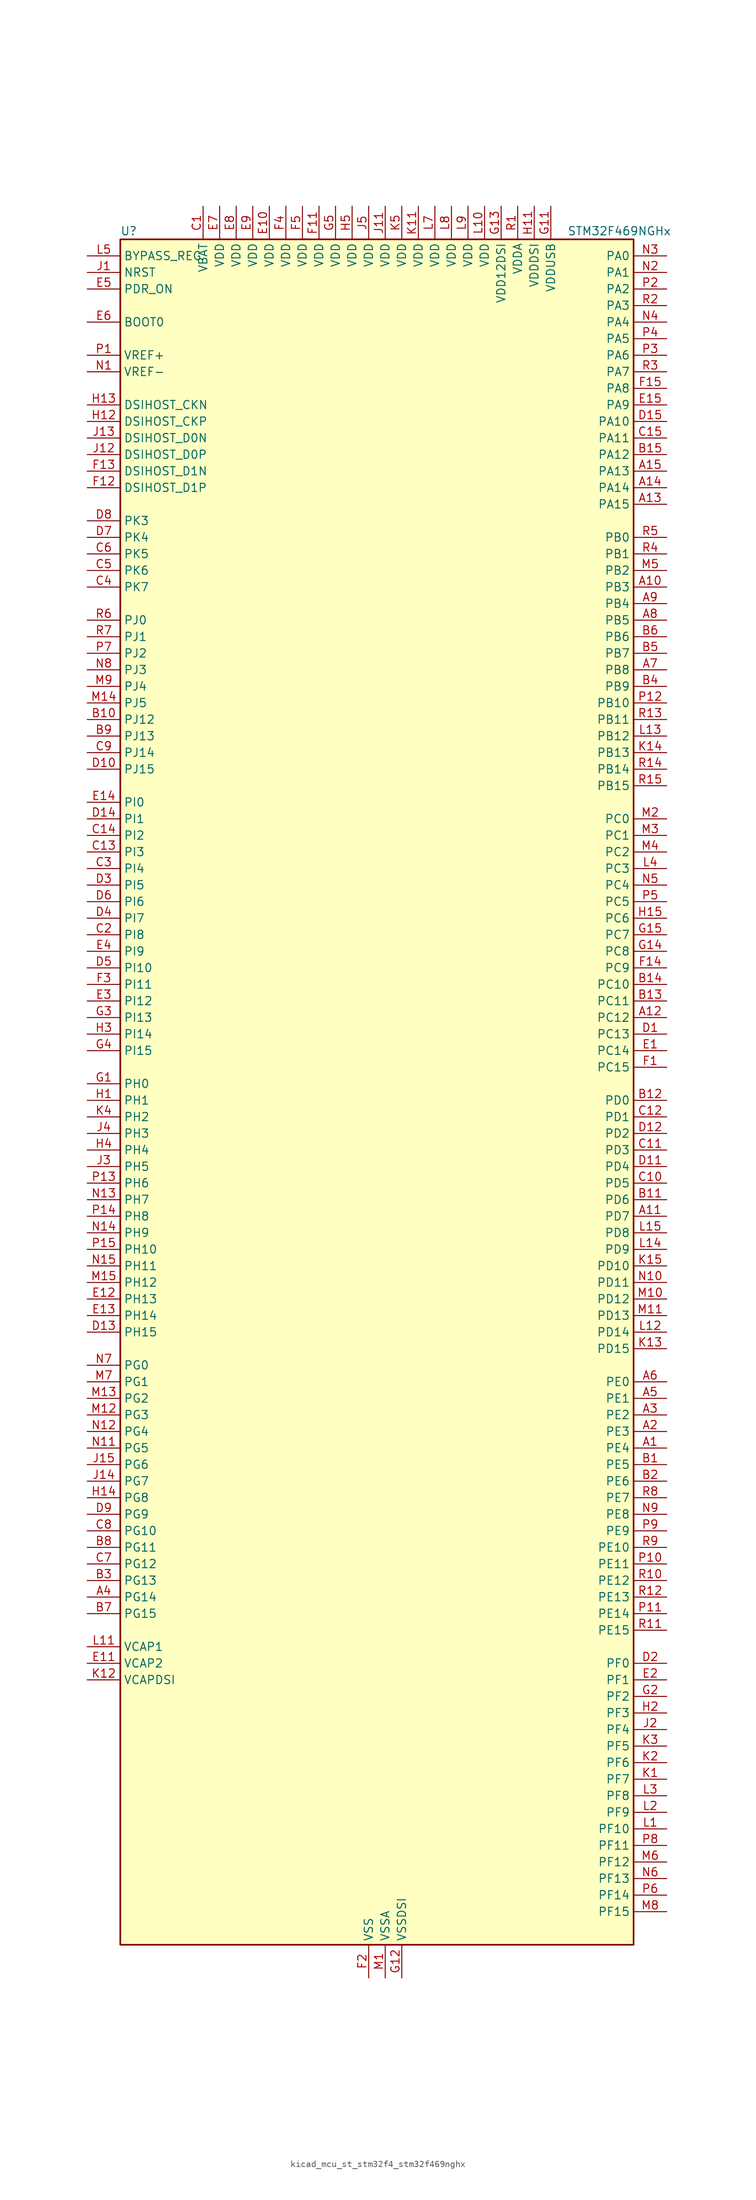
<source format=kicad_sym>
(kicad_symbol_lib
  (version 20220914)
  (generator kicad_symbol_editor)
  (symbol "kicad_mcu_st_stm32f4_stm32f469nghx"
    (property "Reference" "U"
      (at -38.1 133.35 0)
      (effects (font (size 1.27 1.27)) (justify left)))
    (property "Value" "STM32F469NGHx"
      (at 30.48 133.35 0)
      (effects (font (size 1.27 1.27)) (justify left)))
    (property "ki_locked" ""
      (at 0 0 0)
      (effects (font (size 1.27 1.27))))
    (symbol "kicad_mcu_st_stm32f4_stm32f469nghx_0_1"
      (rectangle (start -38.1 -129.54) (end 40.64 132.08) (stroke (width 0.254) (type default)) (fill (type background))))
    (symbol "kicad_mcu_st_stm32f4_stm32f469nghx_1_1"
      (pin bidirectional line (at 45.72 -53.34 180) (length 5.08) (name "PE4" (effects (font (size 1.27 1.27)))) (number "A1" (effects (font (size 1.27 1.27)))) (alternate "DCMI_D4" bidirectional line) (alternate "FMC_A20" bidirectional line) (alternate "LTDC_B0" bidirectional line) (alternate "SAI1_FS_A" bidirectional line) (alternate "SPI4_NSS" bidirectional line) (alternate "SYS_TRACED1" bidirectional line))
      (pin bidirectional line (at 45.72 78.74 180) (length 5.08) (name "PB3" (effects (font (size 1.27 1.27)))) (number "A10" (effects (font (size 1.27 1.27)))) (alternate "I2S3_CK" bidirectional line) (alternate "SPI1_SCK" bidirectional line) (alternate "SPI3_SCK" bidirectional line) (alternate "SYS_JTDO-SWO" bidirectional line) (alternate "TIM2_CH2" bidirectional line))
      (pin bidirectional line (at 45.72 -17.78 180) (length 5.08) (name "PD7" (effects (font (size 1.27 1.27)))) (number "A11" (effects (font (size 1.27 1.27)))) (alternate "FMC_NE1" bidirectional line) (alternate "USART2_CK" bidirectional line))
      (pin bidirectional line (at 45.72 12.7 180) (length 5.08) (name "PC12" (effects (font (size 1.27 1.27)))) (number "A12" (effects (font (size 1.27 1.27)))) (alternate "DCMI_D9" bidirectional line) (alternate "I2S3_SD" bidirectional line) (alternate "SDIO_CK" bidirectional line) (alternate "SPI3_MOSI" bidirectional line) (alternate "SYS_TRACED3" bidirectional line) (alternate "UART5_TX" bidirectional line) (alternate "USART3_CK" bidirectional line))
      (pin bidirectional line (at 45.72 91.44 180) (length 5.08) (name "PA15" (effects (font (size 1.27 1.27)))) (number "A13" (effects (font (size 1.27 1.27)))) (alternate "ADC1_EXTI15" bidirectional line) (alternate "ADC2_EXTI15" bidirectional line) (alternate "ADC3_EXTI15" bidirectional line) (alternate "I2S3_WS" bidirectional line) (alternate "SPI1_NSS" bidirectional line) (alternate "SPI3_NSS" bidirectional line) (alternate "SYS_JTDI" bidirectional line) (alternate "TIM2_CH1" bidirectional line) (alternate "TIM2_ETR" bidirectional line))
      (pin bidirectional line (at 45.72 93.98 180) (length 5.08) (name "PA14" (effects (font (size 1.27 1.27)))) (number "A14" (effects (font (size 1.27 1.27)))) (alternate "SYS_JTCK-SWCLK" bidirectional line))
      (pin bidirectional line (at 45.72 96.52 180) (length 5.08) (name "PA13" (effects (font (size 1.27 1.27)))) (number "A15" (effects (font (size 1.27 1.27)))) (alternate "SYS_JTMS-SWDIO" bidirectional line))
      (pin bidirectional line (at 45.72 -50.8 180) (length 5.08) (name "PE3" (effects (font (size 1.27 1.27)))) (number "A2" (effects (font (size 1.27 1.27)))) (alternate "FMC_A19" bidirectional line) (alternate "SAI1_SD_B" bidirectional line) (alternate "SYS_TRACED0" bidirectional line))
      (pin bidirectional line (at 45.72 -48.26 180) (length 5.08) (name "PE2" (effects (font (size 1.27 1.27)))) (number "A3" (effects (font (size 1.27 1.27)))) (alternate "ETH_TXD3" bidirectional line) (alternate "FMC_A23" bidirectional line) (alternate "QUADSPI_BK1_IO2" bidirectional line) (alternate "SAI1_MCLK_A" bidirectional line) (alternate "SPI4_SCK" bidirectional line) (alternate "SYS_TRACECLK" bidirectional line))
      (pin bidirectional line (at -43.18 -76.2 0) (length 5.08) (name "PG14" (effects (font (size 1.27 1.27)))) (number "A4" (effects (font (size 1.27 1.27)))) (alternate "ETH_TXD1" bidirectional line) (alternate "FMC_A25" bidirectional line) (alternate "LTDC_B0" bidirectional line) (alternate "QUADSPI_BK2_IO3" bidirectional line) (alternate "SPI6_MOSI" bidirectional line) (alternate "SYS_TRACED1" bidirectional line) (alternate "USART6_TX" bidirectional line))
      (pin bidirectional line (at 45.72 -45.72 180) (length 5.08) (name "PE1" (effects (font (size 1.27 1.27)))) (number "A5" (effects (font (size 1.27 1.27)))) (alternate "DCMI_D3" bidirectional line) (alternate "FMC_NBL1" bidirectional line) (alternate "UART8_TX" bidirectional line))
      (pin bidirectional line (at 45.72 -43.18 180) (length 5.08) (name "PE0" (effects (font (size 1.27 1.27)))) (number "A6" (effects (font (size 1.27 1.27)))) (alternate "DCMI_D2" bidirectional line) (alternate "FMC_NBL0" bidirectional line) (alternate "TIM4_ETR" bidirectional line) (alternate "UART8_RX" bidirectional line))
      (pin bidirectional line (at 45.72 66.04 180) (length 5.08) (name "PB8" (effects (font (size 1.27 1.27)))) (number "A7" (effects (font (size 1.27 1.27)))) (alternate "CAN1_RX" bidirectional line) (alternate "DCMI_D6" bidirectional line) (alternate "ETH_TXD3" bidirectional line) (alternate "I2C1_SCL" bidirectional line) (alternate "LTDC_B6" bidirectional line) (alternate "SDIO_D4" bidirectional line) (alternate "TIM10_CH1" bidirectional line) (alternate "TIM4_CH3" bidirectional line))
      (pin bidirectional line (at 45.72 73.66 180) (length 5.08) (name "PB5" (effects (font (size 1.27 1.27)))) (number "A8" (effects (font (size 1.27 1.27)))) (alternate "CAN2_RX" bidirectional line) (alternate "DCMI_D10" bidirectional line) (alternate "ETH_PPS_OUT" bidirectional line) (alternate "FMC_SDCKE1" bidirectional line) (alternate "I2C1_SMBA" bidirectional line) (alternate "I2S3_SD" bidirectional line) (alternate "LTDC_G7" bidirectional line) (alternate "SPI1_MOSI" bidirectional line) (alternate "SPI3_MOSI" bidirectional line) (alternate "TIM3_CH2" bidirectional line) (alternate "USB_OTG_HS_ULPI_D7" bidirectional line))
      (pin bidirectional line (at 45.72 76.2 180) (length 5.08) (name "PB4" (effects (font (size 1.27 1.27)))) (number "A9" (effects (font (size 1.27 1.27)))) (alternate "I2S3_ext_SD" bidirectional line) (alternate "SPI1_MISO" bidirectional line) (alternate "SPI3_MISO" bidirectional line) (alternate "SYS_JTRST" bidirectional line) (alternate "TIM3_CH1" bidirectional line))
      (pin bidirectional line (at 45.72 -55.88 180) (length 5.08) (name "PE5" (effects (font (size 1.27 1.27)))) (number "B1" (effects (font (size 1.27 1.27)))) (alternate "DCMI_D6" bidirectional line) (alternate "FMC_A21" bidirectional line) (alternate "LTDC_G0" bidirectional line) (alternate "SAI1_SCK_A" bidirectional line) (alternate "SPI4_MISO" bidirectional line) (alternate "SYS_TRACED2" bidirectional line) (alternate "TIM9_CH1" bidirectional line))
      (pin bidirectional line (at -43.18 58.42 0) (length 5.08) (name "PJ12" (effects (font (size 1.27 1.27)))) (number "B10" (effects (font (size 1.27 1.27)))) (alternate "LTDC_B0" bidirectional line) (alternate "LTDC_G3" bidirectional line))
      (pin bidirectional line (at 45.72 -15.24 180) (length 5.08) (name "PD6" (effects (font (size 1.27 1.27)))) (number "B11" (effects (font (size 1.27 1.27)))) (alternate "DCMI_D10" bidirectional line) (alternate "FMC_NWAIT" bidirectional line) (alternate "I2S3_SD" bidirectional line) (alternate "LTDC_B2" bidirectional line) (alternate "SAI1_SD_A" bidirectional line) (alternate "SPI3_MOSI" bidirectional line) (alternate "USART2_RX" bidirectional line))
      (pin bidirectional line (at 45.72 0 180) (length 5.08) (name "PD0" (effects (font (size 1.27 1.27)))) (number "B12" (effects (font (size 1.27 1.27)))) (alternate "CAN1_RX" bidirectional line) (alternate "FMC_D2" bidirectional line) (alternate "FMC_DA2" bidirectional line))
      (pin bidirectional line (at 45.72 15.24 180) (length 5.08) (name "PC11" (effects (font (size 1.27 1.27)))) (number "B13" (effects (font (size 1.27 1.27)))) (alternate "ADC1_EXTI11" bidirectional line) (alternate "ADC2_EXTI11" bidirectional line) (alternate "ADC3_EXTI11" bidirectional line) (alternate "DCMI_D4" bidirectional line) (alternate "I2S3_ext_SD" bidirectional line) (alternate "QUADSPI_BK2_NCS" bidirectional line) (alternate "SDIO_D3" bidirectional line) (alternate "SPI3_MISO" bidirectional line) (alternate "UART4_RX" bidirectional line) (alternate "USART3_RX" bidirectional line))
      (pin bidirectional line (at 45.72 17.78 180) (length 5.08) (name "PC10" (effects (font (size 1.27 1.27)))) (number "B14" (effects (font (size 1.27 1.27)))) (alternate "DCMI_D8" bidirectional line) (alternate "I2S3_CK" bidirectional line) (alternate "LTDC_R2" bidirectional line) (alternate "QUADSPI_BK1_IO1" bidirectional line) (alternate "SDIO_D2" bidirectional line) (alternate "SPI3_SCK" bidirectional line) (alternate "UART4_TX" bidirectional line) (alternate "USART3_TX" bidirectional line))
      (pin bidirectional line (at 45.72 99.06 180) (length 5.08) (name "PA12" (effects (font (size 1.27 1.27)))) (number "B15" (effects (font (size 1.27 1.27)))) (alternate "CAN1_TX" bidirectional line) (alternate "LTDC_R5" bidirectional line) (alternate "TIM1_ETR" bidirectional line) (alternate "USART1_RTS" bidirectional line) (alternate "USB_OTG_FS_DP" bidirectional line))
      (pin bidirectional line (at 45.72 -58.42 180) (length 5.08) (name "PE6" (effects (font (size 1.27 1.27)))) (number "B2" (effects (font (size 1.27 1.27)))) (alternate "DCMI_D7" bidirectional line) (alternate "FMC_A22" bidirectional line) (alternate "LTDC_G1" bidirectional line) (alternate "SAI1_SD_A" bidirectional line) (alternate "SPI4_MOSI" bidirectional line) (alternate "SYS_TRACED3" bidirectional line) (alternate "TIM9_CH2" bidirectional line))
      (pin bidirectional line (at -43.18 -73.66 0) (length 5.08) (name "PG13" (effects (font (size 1.27 1.27)))) (number "B3" (effects (font (size 1.27 1.27)))) (alternate "ETH_TXD0" bidirectional line) (alternate "FMC_A24" bidirectional line) (alternate "LTDC_R0" bidirectional line) (alternate "SPI6_SCK" bidirectional line) (alternate "SYS_TRACED0" bidirectional line) (alternate "USART6_CTS" bidirectional line))
      (pin bidirectional line (at 45.72 63.5 180) (length 5.08) (name "PB9" (effects (font (size 1.27 1.27)))) (number "B4" (effects (font (size 1.27 1.27)))) (alternate "CAN1_TX" bidirectional line) (alternate "DAC_EXTI9" bidirectional line) (alternate "DCMI_D7" bidirectional line) (alternate "I2C1_SDA" bidirectional line) (alternate "I2S2_WS" bidirectional line) (alternate "LTDC_B7" bidirectional line) (alternate "SDIO_D5" bidirectional line) (alternate "SPI2_NSS" bidirectional line) (alternate "TIM11_CH1" bidirectional line) (alternate "TIM4_CH4" bidirectional line))
      (pin bidirectional line (at 45.72 68.58 180) (length 5.08) (name "PB7" (effects (font (size 1.27 1.27)))) (number "B5" (effects (font (size 1.27 1.27)))) (alternate "DCMI_VSYNC" bidirectional line) (alternate "FMC_NL" bidirectional line) (alternate "I2C1_SDA" bidirectional line) (alternate "TIM4_CH2" bidirectional line) (alternate "USART1_RX" bidirectional line))
      (pin bidirectional line (at 45.72 71.12 180) (length 5.08) (name "PB6" (effects (font (size 1.27 1.27)))) (number "B6" (effects (font (size 1.27 1.27)))) (alternate "CAN2_TX" bidirectional line) (alternate "DCMI_D5" bidirectional line) (alternate "FMC_SDNE1" bidirectional line) (alternate "I2C1_SCL" bidirectional line) (alternate "QUADSPI_BK1_NCS" bidirectional line) (alternate "TIM4_CH1" bidirectional line) (alternate "USART1_TX" bidirectional line))
      (pin bidirectional line (at -43.18 -78.74 0) (length 5.08) (name "PG15" (effects (font (size 1.27 1.27)))) (number "B7" (effects (font (size 1.27 1.27)))) (alternate "ADC1_EXTI15" bidirectional line) (alternate "ADC2_EXTI15" bidirectional line) (alternate "ADC3_EXTI15" bidirectional line) (alternate "DCMI_D13" bidirectional line) (alternate "FMC_SDNCAS" bidirectional line) (alternate "USART6_CTS" bidirectional line))
      (pin bidirectional line (at -43.18 -68.58 0) (length 5.08) (name "PG11" (effects (font (size 1.27 1.27)))) (number "B8" (effects (font (size 1.27 1.27)))) (alternate "ADC1_EXTI11" bidirectional line) (alternate "ADC2_EXTI11" bidirectional line) (alternate "ADC3_EXTI11" bidirectional line) (alternate "DCMI_D3" bidirectional line) (alternate "ETH_TX_EN" bidirectional line) (alternate "LTDC_B3" bidirectional line))
      (pin bidirectional line (at -43.18 55.88 0) (length 5.08) (name "PJ13" (effects (font (size 1.27 1.27)))) (number "B9" (effects (font (size 1.27 1.27)))) (alternate "LTDC_B1" bidirectional line) (alternate "LTDC_G4" bidirectional line))
      (pin power_in line (at -25.4 137.16 270) (length 5.08) (name "VBAT" (effects (font (size 1.27 1.27)))) (number "C1" (effects (font (size 1.27 1.27)))))
      (pin bidirectional line (at 45.72 -12.7 180) (length 5.08) (name "PD5" (effects (font (size 1.27 1.27)))) (number "C10" (effects (font (size 1.27 1.27)))) (alternate "FMC_NWE" bidirectional line) (alternate "USART2_TX" bidirectional line))
      (pin bidirectional line (at 45.72 -7.62 180) (length 5.08) (name "PD3" (effects (font (size 1.27 1.27)))) (number "C11" (effects (font (size 1.27 1.27)))) (alternate "DCMI_D5" bidirectional line) (alternate "FMC_CLK" bidirectional line) (alternate "I2S2_CK" bidirectional line) (alternate "LTDC_G7" bidirectional line) (alternate "SPI2_SCK" bidirectional line) (alternate "USART2_CTS" bidirectional line))
      (pin bidirectional line (at 45.72 -2.54 180) (length 5.08) (name "PD1" (effects (font (size 1.27 1.27)))) (number "C12" (effects (font (size 1.27 1.27)))) (alternate "CAN1_TX" bidirectional line) (alternate "FMC_D3" bidirectional line) (alternate "FMC_DA3" bidirectional line))
      (pin bidirectional line (at -43.18 38.1 0) (length 5.08) (name "PI3" (effects (font (size 1.27 1.27)))) (number "C13" (effects (font (size 1.27 1.27)))) (alternate "DCMI_D10" bidirectional line) (alternate "FMC_D27" bidirectional line) (alternate "I2S2_SD" bidirectional line) (alternate "SPI2_MOSI" bidirectional line) (alternate "TIM8_ETR" bidirectional line))
      (pin bidirectional line (at -43.18 40.64 0) (length 5.08) (name "PI2" (effects (font (size 1.27 1.27)))) (number "C14" (effects (font (size 1.27 1.27)))) (alternate "DCMI_D9" bidirectional line) (alternate "FMC_D26" bidirectional line) (alternate "I2S2_ext_SD" bidirectional line) (alternate "LTDC_G7" bidirectional line) (alternate "SPI2_MISO" bidirectional line) (alternate "TIM8_CH4" bidirectional line))
      (pin bidirectional line (at 45.72 101.6 180) (length 5.08) (name "PA11" (effects (font (size 1.27 1.27)))) (number "C15" (effects (font (size 1.27 1.27)))) (alternate "ADC1_EXTI11" bidirectional line) (alternate "ADC2_EXTI11" bidirectional line) (alternate "ADC3_EXTI11" bidirectional line) (alternate "CAN1_RX" bidirectional line) (alternate "LTDC_R4" bidirectional line) (alternate "TIM1_CH4" bidirectional line) (alternate "USART1_CTS" bidirectional line) (alternate "USB_OTG_FS_DM" bidirectional line))
      (pin bidirectional line (at -43.18 25.4 0) (length 5.08) (name "PI8" (effects (font (size 1.27 1.27)))) (number "C2" (effects (font (size 1.27 1.27)))) (alternate "RTC_AF1" bidirectional line) (alternate "RTC_AF2" bidirectional line))
      (pin bidirectional line (at -43.18 35.56 0) (length 5.08) (name "PI4" (effects (font (size 1.27 1.27)))) (number "C3" (effects (font (size 1.27 1.27)))) (alternate "DCMI_D5" bidirectional line) (alternate "FMC_NBL2" bidirectional line) (alternate "LTDC_B4" bidirectional line) (alternate "TIM8_BKIN" bidirectional line))
      (pin bidirectional line (at -43.18 78.74 0) (length 5.08) (name "PK7" (effects (font (size 1.27 1.27)))) (number "C4" (effects (font (size 1.27 1.27)))) (alternate "LTDC_DE" bidirectional line))
      (pin bidirectional line (at -43.18 81.28 0) (length 5.08) (name "PK6" (effects (font (size 1.27 1.27)))) (number "C5" (effects (font (size 1.27 1.27)))) (alternate "LTDC_B7" bidirectional line))
      (pin bidirectional line (at -43.18 83.82 0) (length 5.08) (name "PK5" (effects (font (size 1.27 1.27)))) (number "C6" (effects (font (size 1.27 1.27)))) (alternate "LTDC_B6" bidirectional line))
      (pin bidirectional line (at -43.18 -71.12 0) (length 5.08) (name "PG12" (effects (font (size 1.27 1.27)))) (number "C7" (effects (font (size 1.27 1.27)))) (alternate "FMC_NE4" bidirectional line) (alternate "LTDC_B1" bidirectional line) (alternate "LTDC_B4" bidirectional line) (alternate "SPI6_MISO" bidirectional line) (alternate "USART6_RTS" bidirectional line))
      (pin bidirectional line (at -43.18 -66.04 0) (length 5.08) (name "PG10" (effects (font (size 1.27 1.27)))) (number "C8" (effects (font (size 1.27 1.27)))) (alternate "DCMI_D2" bidirectional line) (alternate "FMC_NE3" bidirectional line) (alternate "LTDC_B2" bidirectional line) (alternate "LTDC_G3" bidirectional line))
      (pin bidirectional line (at -43.18 53.34 0) (length 5.08) (name "PJ14" (effects (font (size 1.27 1.27)))) (number "C9" (effects (font (size 1.27 1.27)))) (alternate "LTDC_B2" bidirectional line))
      (pin bidirectional line (at 45.72 10.16 180) (length 5.08) (name "PC13" (effects (font (size 1.27 1.27)))) (number "D1" (effects (font (size 1.27 1.27)))) (alternate "RTC_AF1" bidirectional line))
      (pin bidirectional line (at -43.18 50.8 0) (length 5.08) (name "PJ15" (effects (font (size 1.27 1.27)))) (number "D10" (effects (font (size 1.27 1.27)))) (alternate "ADC1_EXTI15" bidirectional line) (alternate "ADC2_EXTI15" bidirectional line) (alternate "ADC3_EXTI15" bidirectional line) (alternate "LTDC_B3" bidirectional line))
      (pin bidirectional line (at 45.72 -10.16 180) (length 5.08) (name "PD4" (effects (font (size 1.27 1.27)))) (number "D11" (effects (font (size 1.27 1.27)))) (alternate "FMC_NOE" bidirectional line) (alternate "USART2_RTS" bidirectional line))
      (pin bidirectional line (at 45.72 -5.08 180) (length 5.08) (name "PD2" (effects (font (size 1.27 1.27)))) (number "D12" (effects (font (size 1.27 1.27)))) (alternate "DCMI_D11" bidirectional line) (alternate "SDIO_CMD" bidirectional line) (alternate "SYS_TRACED2" bidirectional line) (alternate "TIM3_ETR" bidirectional line) (alternate "UART5_RX" bidirectional line))
      (pin bidirectional line (at -43.18 -35.56 0) (length 5.08) (name "PH15" (effects (font (size 1.27 1.27)))) (number "D13" (effects (font (size 1.27 1.27)))) (alternate "ADC1_EXTI15" bidirectional line) (alternate "ADC2_EXTI15" bidirectional line) (alternate "ADC3_EXTI15" bidirectional line) (alternate "DCMI_D11" bidirectional line) (alternate "FMC_D23" bidirectional line) (alternate "LTDC_G4" bidirectional line) (alternate "TIM8_CH3N" bidirectional line))
      (pin bidirectional line (at -43.18 43.18 0) (length 5.08) (name "PI1" (effects (font (size 1.27 1.27)))) (number "D14" (effects (font (size 1.27 1.27)))) (alternate "DCMI_D8" bidirectional line) (alternate "FMC_D25" bidirectional line) (alternate "I2S2_CK" bidirectional line) (alternate "LTDC_G6" bidirectional line) (alternate "SPI2_SCK" bidirectional line))
      (pin bidirectional line (at 45.72 104.14 180) (length 5.08) (name "PA10" (effects (font (size 1.27 1.27)))) (number "D15" (effects (font (size 1.27 1.27)))) (alternate "DCMI_D1" bidirectional line) (alternate "TIM1_CH3" bidirectional line) (alternate "USART1_RX" bidirectional line) (alternate "USB_OTG_FS_ID" bidirectional line))
      (pin bidirectional line (at 45.72 -86.36 180) (length 5.08) (name "PF0" (effects (font (size 1.27 1.27)))) (number "D2" (effects (font (size 1.27 1.27)))) (alternate "FMC_A0" bidirectional line) (alternate "I2C2_SDA" bidirectional line))
      (pin bidirectional line (at -43.18 33.02 0) (length 5.08) (name "PI5" (effects (font (size 1.27 1.27)))) (number "D3" (effects (font (size 1.27 1.27)))) (alternate "DCMI_VSYNC" bidirectional line) (alternate "FMC_NBL3" bidirectional line) (alternate "LTDC_B5" bidirectional line) (alternate "TIM8_CH1" bidirectional line))
      (pin bidirectional line (at -43.18 27.94 0) (length 5.08) (name "PI7" (effects (font (size 1.27 1.27)))) (number "D4" (effects (font (size 1.27 1.27)))) (alternate "DCMI_D7" bidirectional line) (alternate "FMC_D29" bidirectional line) (alternate "LTDC_B7" bidirectional line) (alternate "TIM8_CH3" bidirectional line))
      (pin bidirectional line (at -43.18 20.32 0) (length 5.08) (name "PI10" (effects (font (size 1.27 1.27)))) (number "D5" (effects (font (size 1.27 1.27)))) (alternate "ETH_RX_ER" bidirectional line) (alternate "FMC_D31" bidirectional line) (alternate "LTDC_HSYNC" bidirectional line))
      (pin bidirectional line (at -43.18 30.48 0) (length 5.08) (name "PI6" (effects (font (size 1.27 1.27)))) (number "D6" (effects (font (size 1.27 1.27)))) (alternate "DCMI_D6" bidirectional line) (alternate "FMC_D28" bidirectional line) (alternate "LTDC_B6" bidirectional line) (alternate "TIM8_CH2" bidirectional line))
      (pin bidirectional line (at -43.18 86.36 0) (length 5.08) (name "PK4" (effects (font (size 1.27 1.27)))) (number "D7" (effects (font (size 1.27 1.27)))) (alternate "LTDC_B5" bidirectional line))
      (pin bidirectional line (at -43.18 88.9 0) (length 5.08) (name "PK3" (effects (font (size 1.27 1.27)))) (number "D8" (effects (font (size 1.27 1.27)))) (alternate "LTDC_B4" bidirectional line))
      (pin bidirectional line (at -43.18 -63.5 0) (length 5.08) (name "PG9" (effects (font (size 1.27 1.27)))) (number "D9" (effects (font (size 1.27 1.27)))) (alternate "DAC_EXTI9" bidirectional line) (alternate "DCMI_VSYNC" bidirectional line) (alternate "FMC_NCE" bidirectional line) (alternate "FMC_NE2" bidirectional line) (alternate "QUADSPI_BK2_IO2" bidirectional line) (alternate "USART6_RX" bidirectional line))
      (pin bidirectional line (at 45.72 7.62 180) (length 5.08) (name "PC14" (effects (font (size 1.27 1.27)))) (number "E1" (effects (font (size 1.27 1.27)))) (alternate "RCC_OSC32_IN" bidirectional line))
      (pin power_in line (at -15.24 137.16 270) (length 5.08) (name "VDD" (effects (font (size 1.27 1.27)))) (number "E10" (effects (font (size 1.27 1.27)))))
      (pin power_out line (at -43.18 -86.36 0) (length 5.08) (name "VCAP2" (effects (font (size 1.27 1.27)))) (number "E11" (effects (font (size 1.27 1.27)))))
      (pin bidirectional line (at -43.18 -30.48 0) (length 5.08) (name "PH13" (effects (font (size 1.27 1.27)))) (number "E12" (effects (font (size 1.27 1.27)))) (alternate "CAN1_TX" bidirectional line) (alternate "FMC_D21" bidirectional line) (alternate "LTDC_G2" bidirectional line) (alternate "TIM8_CH1N" bidirectional line))
      (pin bidirectional line (at -43.18 -33.02 0) (length 5.08) (name "PH14" (effects (font (size 1.27 1.27)))) (number "E13" (effects (font (size 1.27 1.27)))) (alternate "DCMI_D4" bidirectional line) (alternate "FMC_D22" bidirectional line) (alternate "LTDC_G3" bidirectional line) (alternate "TIM8_CH2N" bidirectional line))
      (pin bidirectional line (at -43.18 45.72 0) (length 5.08) (name "PI0" (effects (font (size 1.27 1.27)))) (number "E14" (effects (font (size 1.27 1.27)))) (alternate "DCMI_D13" bidirectional line) (alternate "FMC_D24" bidirectional line) (alternate "I2S2_WS" bidirectional line) (alternate "LTDC_G5" bidirectional line) (alternate "SPI2_NSS" bidirectional line) (alternate "TIM5_CH4" bidirectional line))
      (pin bidirectional line (at 45.72 106.68 180) (length 5.08) (name "PA9" (effects (font (size 1.27 1.27)))) (number "E15" (effects (font (size 1.27 1.27)))) (alternate "DAC_EXTI9" bidirectional line) (alternate "DCMI_D0" bidirectional line) (alternate "I2C3_SMBA" bidirectional line) (alternate "I2S2_CK" bidirectional line) (alternate "SPI2_SCK" bidirectional line) (alternate "TIM1_CH2" bidirectional line) (alternate "USART1_TX" bidirectional line) (alternate "USB_OTG_FS_VBUS" bidirectional line))
      (pin bidirectional line (at 45.72 -88.9 180) (length 5.08) (name "PF1" (effects (font (size 1.27 1.27)))) (number "E2" (effects (font (size 1.27 1.27)))) (alternate "FMC_A1" bidirectional line) (alternate "I2C2_SCL" bidirectional line))
      (pin bidirectional line (at -43.18 15.24 0) (length 5.08) (name "PI12" (effects (font (size 1.27 1.27)))) (number "E3" (effects (font (size 1.27 1.27)))) (alternate "LTDC_HSYNC" bidirectional line))
      (pin bidirectional line (at -43.18 22.86 0) (length 5.08) (name "PI9" (effects (font (size 1.27 1.27)))) (number "E4" (effects (font (size 1.27 1.27)))) (alternate "CAN1_RX" bidirectional line) (alternate "DAC_EXTI9" bidirectional line) (alternate "FMC_D30" bidirectional line) (alternate "LTDC_VSYNC" bidirectional line))
      (pin input line (at -43.18 124.46 0) (length 5.08) (name "PDR_ON" (effects (font (size 1.27 1.27)))) (number "E5" (effects (font (size 1.27 1.27)))))
      (pin input line (at -43.18 119.38 0) (length 5.08) (name "BOOT0" (effects (font (size 1.27 1.27)))) (number "E6" (effects (font (size 1.27 1.27)))))
      (pin power_in line (at -22.86 137.16 270) (length 5.08) (name "VDD" (effects (font (size 1.27 1.27)))) (number "E7" (effects (font (size 1.27 1.27)))))
      (pin power_in line (at -20.32 137.16 270) (length 5.08) (name "VDD" (effects (font (size 1.27 1.27)))) (number "E8" (effects (font (size 1.27 1.27)))))
      (pin power_in line (at -17.78 137.16 270) (length 5.08) (name "VDD" (effects (font (size 1.27 1.27)))) (number "E9" (effects (font (size 1.27 1.27)))))
      (pin bidirectional line (at 45.72 5.08 180) (length 5.08) (name "PC15" (effects (font (size 1.27 1.27)))) (number "F1" (effects (font (size 1.27 1.27)))) (alternate "ADC1_EXTI15" bidirectional line) (alternate "ADC2_EXTI15" bidirectional line) (alternate "ADC3_EXTI15" bidirectional line) (alternate "RCC_OSC32_OUT" bidirectional line))
      (pin passive line (at 0 -134.62 90) (length 5.08) hide (name "VSS" (effects (font (size 1.27 1.27)))) (number "F10" (effects (font (size 1.27 1.27)))))
      (pin power_in line (at -7.62 137.16 270) (length 5.08) (name "VDD" (effects (font (size 1.27 1.27)))) (number "F11" (effects (font (size 1.27 1.27)))))
      (pin bidirectional line (at -43.18 93.98 0) (length 5.08) (name "DSIHOST_D1P" (effects (font (size 1.27 1.27)))) (number "F12" (effects (font (size 1.27 1.27)))) (alternate "DSIHOST_D1P" bidirectional line))
      (pin bidirectional line (at -43.18 96.52 0) (length 5.08) (name "DSIHOST_D1N" (effects (font (size 1.27 1.27)))) (number "F13" (effects (font (size 1.27 1.27)))) (alternate "DSIHOST_D1N" bidirectional line))
      (pin bidirectional line (at 45.72 20.32 180) (length 5.08) (name "PC9" (effects (font (size 1.27 1.27)))) (number "F14" (effects (font (size 1.27 1.27)))) (alternate "DAC_EXTI9" bidirectional line) (alternate "DCMI_D3" bidirectional line) (alternate "I2C3_SDA" bidirectional line) (alternate "I2S_CKIN" bidirectional line) (alternate "QUADSPI_BK1_IO0" bidirectional line) (alternate "RCC_MCO_2" bidirectional line) (alternate "SDIO_D1" bidirectional line) (alternate "TIM3_CH4" bidirectional line) (alternate "TIM8_CH4" bidirectional line))
      (pin bidirectional line (at 45.72 109.22 180) (length 5.08) (name "PA8" (effects (font (size 1.27 1.27)))) (number "F15" (effects (font (size 1.27 1.27)))) (alternate "I2C3_SCL" bidirectional line) (alternate "LTDC_R6" bidirectional line) (alternate "RCC_MCO_1" bidirectional line) (alternate "TIM1_CH1" bidirectional line) (alternate "USART1_CK" bidirectional line) (alternate "USB_OTG_FS_SOF" bidirectional line))
      (pin power_in line (at 0 -134.62 90) (length 5.08) (name "VSS" (effects (font (size 1.27 1.27)))) (number "F2" (effects (font (size 1.27 1.27)))))
      (pin bidirectional line (at -43.18 17.78 0) (length 5.08) (name "PI11" (effects (font (size 1.27 1.27)))) (number "F3" (effects (font (size 1.27 1.27)))) (alternate "ADC1_EXTI11" bidirectional line) (alternate "ADC2_EXTI11" bidirectional line) (alternate "ADC3_EXTI11" bidirectional line) (alternate "LTDC_G6" bidirectional line) (alternate "USB_OTG_HS_ULPI_DIR" bidirectional line))
      (pin power_in line (at -12.7 137.16 270) (length 5.08) (name "VDD" (effects (font (size 1.27 1.27)))) (number "F4" (effects (font (size 1.27 1.27)))))
      (pin power_in line (at -10.16 137.16 270) (length 5.08) (name "VDD" (effects (font (size 1.27 1.27)))) (number "F5" (effects (font (size 1.27 1.27)))))
      (pin passive line (at 0 -134.62 90) (length 5.08) hide (name "VSS" (effects (font (size 1.27 1.27)))) (number "F6" (effects (font (size 1.27 1.27)))))
      (pin passive line (at 0 -134.62 90) (length 5.08) hide (name "VSS" (effects (font (size 1.27 1.27)))) (number "F7" (effects (font (size 1.27 1.27)))))
      (pin passive line (at 0 -134.62 90) (length 5.08) hide (name "VSS" (effects (font (size 1.27 1.27)))) (number "F8" (effects (font (size 1.27 1.27)))))
      (pin passive line (at 0 -134.62 90) (length 5.08) hide (name "VSS" (effects (font (size 1.27 1.27)))) (number "F9" (effects (font (size 1.27 1.27)))))
      (pin bidirectional line (at -43.18 2.54 0) (length 5.08) (name "PH0" (effects (font (size 1.27 1.27)))) (number "G1" (effects (font (size 1.27 1.27)))) (alternate "RCC_OSC_IN" bidirectional line))
      (pin passive line (at 0 -134.62 90) (length 5.08) hide (name "VSS" (effects (font (size 1.27 1.27)))) (number "G10" (effects (font (size 1.27 1.27)))))
      (pin power_in line (at 27.94 137.16 270) (length 5.08) (name "VDDUSB" (effects (font (size 1.27 1.27)))) (number "G11" (effects (font (size 1.27 1.27)))))
      (pin power_in line (at 5.08 -134.62 90) (length 5.08) (name "VSSDSI" (effects (font (size 1.27 1.27)))) (number "G12" (effects (font (size 1.27 1.27)))))
      (pin power_in line (at 20.32 137.16 270) (length 5.08) (name "VDD12DSI" (effects (font (size 1.27 1.27)))) (number "G13" (effects (font (size 1.27 1.27)))))
      (pin bidirectional line (at 45.72 22.86 180) (length 5.08) (name "PC8" (effects (font (size 1.27 1.27)))) (number "G14" (effects (font (size 1.27 1.27)))) (alternate "DCMI_D2" bidirectional line) (alternate "SDIO_D0" bidirectional line) (alternate "SYS_TRACED1" bidirectional line) (alternate "TIM3_CH3" bidirectional line) (alternate "TIM8_CH3" bidirectional line) (alternate "USART6_CK" bidirectional line))
      (pin bidirectional line (at 45.72 25.4 180) (length 5.08) (name "PC7" (effects (font (size 1.27 1.27)))) (number "G15" (effects (font (size 1.27 1.27)))) (alternate "DCMI_D1" bidirectional line) (alternate "I2S3_MCK" bidirectional line) (alternate "LTDC_G6" bidirectional line) (alternate "SDIO_D7" bidirectional line) (alternate "TIM3_CH2" bidirectional line) (alternate "TIM8_CH2" bidirectional line) (alternate "USART6_RX" bidirectional line))
      (pin bidirectional line (at 45.72 -91.44 180) (length 5.08) (name "PF2" (effects (font (size 1.27 1.27)))) (number "G2" (effects (font (size 1.27 1.27)))) (alternate "FMC_A2" bidirectional line) (alternate "I2C2_SMBA" bidirectional line))
      (pin bidirectional line (at -43.18 12.7 0) (length 5.08) (name "PI13" (effects (font (size 1.27 1.27)))) (number "G3" (effects (font (size 1.27 1.27)))) (alternate "LTDC_VSYNC" bidirectional line))
      (pin bidirectional line (at -43.18 7.62 0) (length 5.08) (name "PI15" (effects (font (size 1.27 1.27)))) (number "G4" (effects (font (size 1.27 1.27)))) (alternate "ADC1_EXTI15" bidirectional line) (alternate "ADC2_EXTI15" bidirectional line) (alternate "ADC3_EXTI15" bidirectional line) (alternate "LTDC_G2" bidirectional line) (alternate "LTDC_R0" bidirectional line))
      (pin power_in line (at -5.08 137.16 270) (length 5.08) (name "VDD" (effects (font (size 1.27 1.27)))) (number "G5" (effects (font (size 1.27 1.27)))))
      (pin passive line (at 0 -134.62 90) (length 5.08) hide (name "VSS" (effects (font (size 1.27 1.27)))) (number "G6" (effects (font (size 1.27 1.27)))))
      (pin bidirectional line (at -43.18 0 0) (length 5.08) (name "PH1" (effects (font (size 1.27 1.27)))) (number "H1" (effects (font (size 1.27 1.27)))) (alternate "RCC_OSC_OUT" bidirectional line))
      (pin passive line (at 0 -134.62 90) (length 5.08) hide (name "VSS" (effects (font (size 1.27 1.27)))) (number "H10" (effects (font (size 1.27 1.27)))))
      (pin power_in line (at 25.4 137.16 270) (length 5.08) (name "VDDDSI" (effects (font (size 1.27 1.27)))) (number "H11" (effects (font (size 1.27 1.27)))))
      (pin bidirectional line (at -43.18 104.14 0) (length 5.08) (name "DSIHOST_CKP" (effects (font (size 1.27 1.27)))) (number "H12" (effects (font (size 1.27 1.27)))) (alternate "DSIHOST_CKP" bidirectional line))
      (pin bidirectional line (at -43.18 106.68 0) (length 5.08) (name "DSIHOST_CKN" (effects (font (size 1.27 1.27)))) (number "H13" (effects (font (size 1.27 1.27)))) (alternate "DSIHOST_CKN" bidirectional line))
      (pin bidirectional line (at -43.18 -60.96 0) (length 5.08) (name "PG8" (effects (font (size 1.27 1.27)))) (number "H14" (effects (font (size 1.27 1.27)))) (alternate "ETH_PPS_OUT" bidirectional line) (alternate "FMC_SDCLK" bidirectional line) (alternate "LTDC_G7" bidirectional line) (alternate "SPI6_NSS" bidirectional line) (alternate "USART6_RTS" bidirectional line))
      (pin bidirectional line (at 45.72 27.94 180) (length 5.08) (name "PC6" (effects (font (size 1.27 1.27)))) (number "H15" (effects (font (size 1.27 1.27)))) (alternate "DCMI_D0" bidirectional line) (alternate "I2S2_MCK" bidirectional line) (alternate "LTDC_HSYNC" bidirectional line) (alternate "SDIO_D6" bidirectional line) (alternate "TIM3_CH1" bidirectional line) (alternate "TIM8_CH1" bidirectional line) (alternate "USART6_TX" bidirectional line))
      (pin bidirectional line (at 45.72 -93.98 180) (length 5.08) (name "PF3" (effects (font (size 1.27 1.27)))) (number "H2" (effects (font (size 1.27 1.27)))) (alternate "ADC3_IN9" bidirectional line) (alternate "FMC_A3" bidirectional line))
      (pin bidirectional line (at -43.18 10.16 0) (length 5.08) (name "PI14" (effects (font (size 1.27 1.27)))) (number "H3" (effects (font (size 1.27 1.27)))) (alternate "LTDC_CLK" bidirectional line))
      (pin bidirectional line (at -43.18 -7.62 0) (length 5.08) (name "PH4" (effects (font (size 1.27 1.27)))) (number "H4" (effects (font (size 1.27 1.27)))) (alternate "I2C2_SCL" bidirectional line) (alternate "LTDC_G4" bidirectional line) (alternate "LTDC_G5" bidirectional line) (alternate "USB_OTG_HS_ULPI_NXT" bidirectional line))
      (pin power_in line (at -2.54 137.16 270) (length 5.08) (name "VDD" (effects (font (size 1.27 1.27)))) (number "H5" (effects (font (size 1.27 1.27)))))
      (pin passive line (at 0 -134.62 90) (length 5.08) hide (name "VSS" (effects (font (size 1.27 1.27)))) (number "H6" (effects (font (size 1.27 1.27)))))
      (pin input line (at -43.18 127 0) (length 5.08) (name "NRST" (effects (font (size 1.27 1.27)))) (number "J1" (effects (font (size 1.27 1.27)))))
      (pin passive line (at 0 -134.62 90) (length 5.08) hide (name "VSS" (effects (font (size 1.27 1.27)))) (number "J10" (effects (font (size 1.27 1.27)))))
      (pin power_in line (at 2.54 137.16 270) (length 5.08) (name "VDD" (effects (font (size 1.27 1.27)))) (number "J11" (effects (font (size 1.27 1.27)))))
      (pin bidirectional line (at -43.18 99.06 0) (length 5.08) (name "DSIHOST_D0P" (effects (font (size 1.27 1.27)))) (number "J12" (effects (font (size 1.27 1.27)))) (alternate "DSIHOST_D0P" bidirectional line))
      (pin bidirectional line (at -43.18 101.6 0) (length 5.08) (name "DSIHOST_D0N" (effects (font (size 1.27 1.27)))) (number "J13" (effects (font (size 1.27 1.27)))) (alternate "DSIHOST_D0N" bidirectional line))
      (pin bidirectional line (at -43.18 -58.42 0) (length 5.08) (name "PG7" (effects (font (size 1.27 1.27)))) (number "J14" (effects (font (size 1.27 1.27)))) (alternate "DCMI_D13" bidirectional line) (alternate "FMC_INT" bidirectional line) (alternate "LTDC_CLK" bidirectional line) (alternate "SAI1_MCLK_A" bidirectional line) (alternate "USART6_CK" bidirectional line))
      (pin bidirectional line (at -43.18 -55.88 0) (length 5.08) (name "PG6" (effects (font (size 1.27 1.27)))) (number "J15" (effects (font (size 1.27 1.27)))) (alternate "DCMI_D12" bidirectional line) (alternate "LTDC_R7" bidirectional line))
      (pin bidirectional line (at 45.72 -96.52 180) (length 5.08) (name "PF4" (effects (font (size 1.27 1.27)))) (number "J2" (effects (font (size 1.27 1.27)))) (alternate "ADC3_IN14" bidirectional line) (alternate "FMC_A4" bidirectional line))
      (pin bidirectional line (at -43.18 -10.16 0) (length 5.08) (name "PH5" (effects (font (size 1.27 1.27)))) (number "J3" (effects (font (size 1.27 1.27)))) (alternate "FMC_SDNWE" bidirectional line) (alternate "I2C2_SDA" bidirectional line) (alternate "SPI5_NSS" bidirectional line))
      (pin bidirectional line (at -43.18 -5.08 0) (length 5.08) (name "PH3" (effects (font (size 1.27 1.27)))) (number "J4" (effects (font (size 1.27 1.27)))) (alternate "ETH_COL" bidirectional line) (alternate "FMC_SDNE0" bidirectional line) (alternate "LTDC_R1" bidirectional line) (alternate "QUADSPI_BK2_IO1" bidirectional line))
      (pin power_in line (at 0 137.16 270) (length 5.08) (name "VDD" (effects (font (size 1.27 1.27)))) (number "J5" (effects (font (size 1.27 1.27)))))
      (pin passive line (at 0 -134.62 90) (length 5.08) hide (name "VSS" (effects (font (size 1.27 1.27)))) (number "J6" (effects (font (size 1.27 1.27)))))
      (pin bidirectional line (at 45.72 -104.14 180) (length 5.08) (name "PF7" (effects (font (size 1.27 1.27)))) (number "K1" (effects (font (size 1.27 1.27)))) (alternate "ADC3_IN5" bidirectional line) (alternate "QUADSPI_BK1_IO2" bidirectional line) (alternate "SAI1_MCLK_B" bidirectional line) (alternate "SPI5_SCK" bidirectional line) (alternate "TIM11_CH1" bidirectional line) (alternate "UART7_TX" bidirectional line))
      (pin passive line (at 0 -134.62 90) (length 5.08) hide (name "VSS" (effects (font (size 1.27 1.27)))) (number "K10" (effects (font (size 1.27 1.27)))))
      (pin power_in line (at 7.62 137.16 270) (length 5.08) (name "VDD" (effects (font (size 1.27 1.27)))) (number "K11" (effects (font (size 1.27 1.27)))))
      (pin power_out line (at -43.18 -88.9 0) (length 5.08) (name "VCAPDSI" (effects (font (size 1.27 1.27)))) (number "K12" (effects (font (size 1.27 1.27)))))
      (pin bidirectional line (at 45.72 -38.1 180) (length 5.08) (name "PD15" (effects (font (size 1.27 1.27)))) (number "K13" (effects (font (size 1.27 1.27)))) (alternate "ADC1_EXTI15" bidirectional line) (alternate "ADC2_EXTI15" bidirectional line) (alternate "ADC3_EXTI15" bidirectional line) (alternate "FMC_D1" bidirectional line) (alternate "FMC_DA1" bidirectional line) (alternate "TIM4_CH4" bidirectional line))
      (pin bidirectional line (at 45.72 53.34 180) (length 5.08) (name "PB13" (effects (font (size 1.27 1.27)))) (number "K14" (effects (font (size 1.27 1.27)))) (alternate "CAN2_TX" bidirectional line) (alternate "ETH_TXD1" bidirectional line) (alternate "I2S2_CK" bidirectional line) (alternate "SPI2_SCK" bidirectional line) (alternate "TIM1_CH1N" bidirectional line) (alternate "USART3_CTS" bidirectional line) (alternate "USB_OTG_HS_ULPI_D6" bidirectional line) (alternate "USB_OTG_HS_VBUS" bidirectional line))
      (pin bidirectional line (at 45.72 -25.4 180) (length 5.08) (name "PD10" (effects (font (size 1.27 1.27)))) (number "K15" (effects (font (size 1.27 1.27)))) (alternate "FMC_D15" bidirectional line) (alternate "FMC_DA15" bidirectional line) (alternate "LTDC_B3" bidirectional line) (alternate "USART3_CK" bidirectional line))
      (pin bidirectional line (at 45.72 -101.6 180) (length 5.08) (name "PF6" (effects (font (size 1.27 1.27)))) (number "K2" (effects (font (size 1.27 1.27)))) (alternate "ADC3_IN4" bidirectional line) (alternate "QUADSPI_BK1_IO3" bidirectional line) (alternate "SAI1_SD_B" bidirectional line) (alternate "SPI5_NSS" bidirectional line) (alternate "TIM10_CH1" bidirectional line) (alternate "UART7_RX" bidirectional line))
      (pin bidirectional line (at 45.72 -99.06 180) (length 5.08) (name "PF5" (effects (font (size 1.27 1.27)))) (number "K3" (effects (font (size 1.27 1.27)))) (alternate "ADC3_IN15" bidirectional line) (alternate "FMC_A5" bidirectional line))
      (pin bidirectional line (at -43.18 -2.54 0) (length 5.08) (name "PH2" (effects (font (size 1.27 1.27)))) (number "K4" (effects (font (size 1.27 1.27)))) (alternate "ETH_CRS" bidirectional line) (alternate "FMC_SDCKE0" bidirectional line) (alternate "LTDC_R0" bidirectional line) (alternate "QUADSPI_BK2_IO0" bidirectional line))
      (pin power_in line (at 5.08 137.16 270) (length 5.08) (name "VDD" (effects (font (size 1.27 1.27)))) (number "K5" (effects (font (size 1.27 1.27)))))
      (pin passive line (at 0 -134.62 90) (length 5.08) hide (name "VSS" (effects (font (size 1.27 1.27)))) (number "K6" (effects (font (size 1.27 1.27)))))
      (pin passive line (at 0 -134.62 90) (length 5.08) hide (name "VSS" (effects (font (size 1.27 1.27)))) (number "K7" (effects (font (size 1.27 1.27)))))
      (pin passive line (at 0 -134.62 90) (length 5.08) hide (name "VSS" (effects (font (size 1.27 1.27)))) (number "K8" (effects (font (size 1.27 1.27)))))
      (pin passive line (at 0 -134.62 90) (length 5.08) hide (name "VSS" (effects (font (size 1.27 1.27)))) (number "K9" (effects (font (size 1.27 1.27)))))
      (pin bidirectional line (at 45.72 -111.76 180) (length 5.08) (name "PF10" (effects (font (size 1.27 1.27)))) (number "L1" (effects (font (size 1.27 1.27)))) (alternate "ADC3_IN8" bidirectional line) (alternate "DCMI_D11" bidirectional line) (alternate "LTDC_DE" bidirectional line) (alternate "QUADSPI_CLK" bidirectional line))
      (pin power_in line (at 17.78 137.16 270) (length 5.08) (name "VDD" (effects (font (size 1.27 1.27)))) (number "L10" (effects (font (size 1.27 1.27)))))
      (pin power_out line (at -43.18 -83.82 0) (length 5.08) (name "VCAP1" (effects (font (size 1.27 1.27)))) (number "L11" (effects (font (size 1.27 1.27)))))
      (pin bidirectional line (at 45.72 -35.56 180) (length 5.08) (name "PD14" (effects (font (size 1.27 1.27)))) (number "L12" (effects (font (size 1.27 1.27)))) (alternate "FMC_D0" bidirectional line) (alternate "FMC_DA0" bidirectional line) (alternate "TIM4_CH3" bidirectional line))
      (pin bidirectional line (at 45.72 55.88 180) (length 5.08) (name "PB12" (effects (font (size 1.27 1.27)))) (number "L13" (effects (font (size 1.27 1.27)))) (alternate "CAN2_RX" bidirectional line) (alternate "ETH_TXD0" bidirectional line) (alternate "I2C2_SMBA" bidirectional line) (alternate "I2S2_WS" bidirectional line) (alternate "SPI2_NSS" bidirectional line) (alternate "TIM1_BKIN" bidirectional line) (alternate "USART3_CK" bidirectional line) (alternate "USB_OTG_HS_ID" bidirectional line) (alternate "USB_OTG_HS_ULPI_D5" bidirectional line))
      (pin bidirectional line (at 45.72 -22.86 180) (length 5.08) (name "PD9" (effects (font (size 1.27 1.27)))) (number "L14" (effects (font (size 1.27 1.27)))) (alternate "DAC_EXTI9" bidirectional line) (alternate "FMC_D14" bidirectional line) (alternate "FMC_DA14" bidirectional line) (alternate "USART3_RX" bidirectional line))
      (pin bidirectional line (at 45.72 -20.32 180) (length 5.08) (name "PD8" (effects (font (size 1.27 1.27)))) (number "L15" (effects (font (size 1.27 1.27)))) (alternate "FMC_D13" bidirectional line) (alternate "FMC_DA13" bidirectional line) (alternate "USART3_TX" bidirectional line))
      (pin bidirectional line (at 45.72 -109.22 180) (length 5.08) (name "PF9" (effects (font (size 1.27 1.27)))) (number "L2" (effects (font (size 1.27 1.27)))) (alternate "ADC3_IN7" bidirectional line) (alternate "DAC_EXTI9" bidirectional line) (alternate "QUADSPI_BK1_IO1" bidirectional line) (alternate "SAI1_FS_B" bidirectional line) (alternate "SPI5_MOSI" bidirectional line) (alternate "TIM14_CH1" bidirectional line))
      (pin bidirectional line (at 45.72 -106.68 180) (length 5.08) (name "PF8" (effects (font (size 1.27 1.27)))) (number "L3" (effects (font (size 1.27 1.27)))) (alternate "ADC3_IN6" bidirectional line) (alternate "QUADSPI_BK1_IO0" bidirectional line) (alternate "SAI1_SCK_B" bidirectional line) (alternate "SPI5_MISO" bidirectional line) (alternate "TIM13_CH1" bidirectional line))
      (pin bidirectional line (at 45.72 35.56 180) (length 5.08) (name "PC3" (effects (font (size 1.27 1.27)))) (number "L4" (effects (font (size 1.27 1.27)))) (alternate "ADC1_IN13" bidirectional line) (alternate "ADC2_IN13" bidirectional line) (alternate "ADC3_IN13" bidirectional line) (alternate "ETH_TX_CLK" bidirectional line) (alternate "FMC_SDCKE0" bidirectional line) (alternate "I2S2_SD" bidirectional line) (alternate "SPI2_MOSI" bidirectional line) (alternate "USB_OTG_HS_ULPI_NXT" bidirectional line))
      (pin input line (at -43.18 129.54 0) (length 5.08) (name "BYPASS_REG" (effects (font (size 1.27 1.27)))) (number "L5" (effects (font (size 1.27 1.27)))))
      (pin passive line (at 0 -134.62 90) (length 5.08) hide (name "VSS" (effects (font (size 1.27 1.27)))) (number "L6" (effects (font (size 1.27 1.27)))))
      (pin power_in line (at 10.16 137.16 270) (length 5.08) (name "VDD" (effects (font (size 1.27 1.27)))) (number "L7" (effects (font (size 1.27 1.27)))))
      (pin power_in line (at 12.7 137.16 270) (length 5.08) (name "VDD" (effects (font (size 1.27 1.27)))) (number "L8" (effects (font (size 1.27 1.27)))))
      (pin power_in line (at 15.24 137.16 270) (length 5.08) (name "VDD" (effects (font (size 1.27 1.27)))) (number "L9" (effects (font (size 1.27 1.27)))))
      (pin power_in line (at 2.54 -134.62 90) (length 5.08) (name "VSSA" (effects (font (size 1.27 1.27)))) (number "M1" (effects (font (size 1.27 1.27)))))
      (pin bidirectional line (at 45.72 -30.48 180) (length 5.08) (name "PD12" (effects (font (size 1.27 1.27)))) (number "M10" (effects (font (size 1.27 1.27)))) (alternate "FMC_A17" bidirectional line) (alternate "FMC_ALE" bidirectional line) (alternate "QUADSPI_BK1_IO1" bidirectional line) (alternate "TIM4_CH1" bidirectional line) (alternate "USART3_RTS" bidirectional line))
      (pin bidirectional line (at 45.72 -33.02 180) (length 5.08) (name "PD13" (effects (font (size 1.27 1.27)))) (number "M11" (effects (font (size 1.27 1.27)))) (alternate "FMC_A18" bidirectional line) (alternate "QUADSPI_BK1_IO3" bidirectional line) (alternate "TIM4_CH2" bidirectional line))
      (pin bidirectional line (at -43.18 -48.26 0) (length 5.08) (name "PG3" (effects (font (size 1.27 1.27)))) (number "M12" (effects (font (size 1.27 1.27)))) (alternate "FMC_A13" bidirectional line))
      (pin bidirectional line (at -43.18 -45.72 0) (length 5.08) (name "PG2" (effects (font (size 1.27 1.27)))) (number "M13" (effects (font (size 1.27 1.27)))) (alternate "FMC_A12" bidirectional line))
      (pin bidirectional line (at -43.18 60.96 0) (length 5.08) (name "PJ5" (effects (font (size 1.27 1.27)))) (number "M14" (effects (font (size 1.27 1.27)))) (alternate "LTDC_R6" bidirectional line))
      (pin bidirectional line (at -43.18 -27.94 0) (length 5.08) (name "PH12" (effects (font (size 1.27 1.27)))) (number "M15" (effects (font (size 1.27 1.27)))) (alternate "DCMI_D3" bidirectional line) (alternate "FMC_D20" bidirectional line) (alternate "LTDC_R6" bidirectional line) (alternate "TIM5_CH3" bidirectional line))
      (pin bidirectional line (at 45.72 43.18 180) (length 5.08) (name "PC0" (effects (font (size 1.27 1.27)))) (number "M2" (effects (font (size 1.27 1.27)))) (alternate "ADC1_IN10" bidirectional line) (alternate "ADC2_IN10" bidirectional line) (alternate "ADC3_IN10" bidirectional line) (alternate "FMC_SDNWE" bidirectional line) (alternate "LTDC_R5" bidirectional line) (alternate "USB_OTG_HS_ULPI_STP" bidirectional line))
      (pin bidirectional line (at 45.72 40.64 180) (length 5.08) (name "PC1" (effects (font (size 1.27 1.27)))) (number "M3" (effects (font (size 1.27 1.27)))) (alternate "ADC1_IN11" bidirectional line) (alternate "ADC2_IN11" bidirectional line) (alternate "ADC3_IN11" bidirectional line) (alternate "ETH_MDC" bidirectional line) (alternate "I2S2_SD" bidirectional line) (alternate "SAI1_SD_A" bidirectional line) (alternate "SPI2_MOSI" bidirectional line) (alternate "SYS_TRACED0" bidirectional line))
      (pin bidirectional line (at 45.72 38.1 180) (length 5.08) (name "PC2" (effects (font (size 1.27 1.27)))) (number "M4" (effects (font (size 1.27 1.27)))) (alternate "ADC1_IN12" bidirectional line) (alternate "ADC2_IN12" bidirectional line) (alternate "ADC3_IN12" bidirectional line) (alternate "ETH_TXD2" bidirectional line) (alternate "FMC_SDNE0" bidirectional line) (alternate "I2S2_ext_SD" bidirectional line) (alternate "SPI2_MISO" bidirectional line) (alternate "USB_OTG_HS_ULPI_DIR" bidirectional line))
      (pin bidirectional line (at 45.72 81.28 180) (length 5.08) (name "PB2" (effects (font (size 1.27 1.27)))) (number "M5" (effects (font (size 1.27 1.27)))))
      (pin bidirectional line (at 45.72 -116.84 180) (length 5.08) (name "PF12" (effects (font (size 1.27 1.27)))) (number "M6" (effects (font (size 1.27 1.27)))) (alternate "FMC_A6" bidirectional line))
      (pin bidirectional line (at -43.18 -43.18 0) (length 5.08) (name "PG1" (effects (font (size 1.27 1.27)))) (number "M7" (effects (font (size 1.27 1.27)))) (alternate "FMC_A11" bidirectional line))
      (pin bidirectional line (at 45.72 -124.46 180) (length 5.08) (name "PF15" (effects (font (size 1.27 1.27)))) (number "M8" (effects (font (size 1.27 1.27)))) (alternate "ADC1_EXTI15" bidirectional line) (alternate "ADC2_EXTI15" bidirectional line) (alternate "ADC3_EXTI15" bidirectional line) (alternate "FMC_A9" bidirectional line))
      (pin bidirectional line (at -43.18 63.5 0) (length 5.08) (name "PJ4" (effects (font (size 1.27 1.27)))) (number "M9" (effects (font (size 1.27 1.27)))) (alternate "LTDC_R5" bidirectional line))
      (pin input line (at -43.18 111.76 0) (length 5.08) (name "VREF-" (effects (font (size 1.27 1.27)))) (number "N1" (effects (font (size 1.27 1.27)))))
      (pin bidirectional line (at 45.72 -27.94 180) (length 5.08) (name "PD11" (effects (font (size 1.27 1.27)))) (number "N10" (effects (font (size 1.27 1.27)))) (alternate "ADC1_EXTI11" bidirectional line) (alternate "ADC2_EXTI11" bidirectional line) (alternate "ADC3_EXTI11" bidirectional line) (alternate "FMC_A16" bidirectional line) (alternate "FMC_CLE" bidirectional line) (alternate "QUADSPI_BK1_IO0" bidirectional line) (alternate "USART3_CTS" bidirectional line))
      (pin bidirectional line (at -43.18 -53.34 0) (length 5.08) (name "PG5" (effects (font (size 1.27 1.27)))) (number "N11" (effects (font (size 1.27 1.27)))) (alternate "FMC_A15" bidirectional line) (alternate "FMC_BA1" bidirectional line))
      (pin bidirectional line (at -43.18 -50.8 0) (length 5.08) (name "PG4" (effects (font (size 1.27 1.27)))) (number "N12" (effects (font (size 1.27 1.27)))) (alternate "FMC_A14" bidirectional line) (alternate "FMC_BA0" bidirectional line))
      (pin bidirectional line (at -43.18 -15.24 0) (length 5.08) (name "PH7" (effects (font (size 1.27 1.27)))) (number "N13" (effects (font (size 1.27 1.27)))) (alternate "DCMI_D9" bidirectional line) (alternate "ETH_RXD3" bidirectional line) (alternate "FMC_SDCKE1" bidirectional line) (alternate "I2C3_SCL" bidirectional line) (alternate "SPI5_MISO" bidirectional line))
      (pin bidirectional line (at -43.18 -20.32 0) (length 5.08) (name "PH9" (effects (font (size 1.27 1.27)))) (number "N14" (effects (font (size 1.27 1.27)))) (alternate "DAC_EXTI9" bidirectional line) (alternate "DCMI_D0" bidirectional line) (alternate "FMC_D17" bidirectional line) (alternate "I2C3_SMBA" bidirectional line) (alternate "LTDC_R3" bidirectional line) (alternate "TIM12_CH2" bidirectional line))
      (pin bidirectional line (at -43.18 -25.4 0) (length 5.08) (name "PH11" (effects (font (size 1.27 1.27)))) (number "N15" (effects (font (size 1.27 1.27)))) (alternate "ADC1_EXTI11" bidirectional line) (alternate "ADC2_EXTI11" bidirectional line) (alternate "ADC3_EXTI11" bidirectional line) (alternate "DCMI_D2" bidirectional line) (alternate "FMC_D19" bidirectional line) (alternate "LTDC_R5" bidirectional line) (alternate "TIM5_CH2" bidirectional line))
      (pin bidirectional line (at 45.72 127 180) (length 5.08) (name "PA1" (effects (font (size 1.27 1.27)))) (number "N2" (effects (font (size 1.27 1.27)))) (alternate "ADC1_IN1" bidirectional line) (alternate "ADC2_IN1" bidirectional line) (alternate "ADC3_IN1" bidirectional line) (alternate "ETH_REF_CLK" bidirectional line) (alternate "ETH_RX_CLK" bidirectional line) (alternate "LTDC_R2" bidirectional line) (alternate "QUADSPI_BK1_IO3" bidirectional line) (alternate "TIM2_CH2" bidirectional line) (alternate "TIM5_CH2" bidirectional line) (alternate "UART4_RX" bidirectional line) (alternate "USART2_RTS" bidirectional line))
      (pin bidirectional line (at 45.72 129.54 180) (length 5.08) (name "PA0" (effects (font (size 1.27 1.27)))) (number "N3" (effects (font (size 1.27 1.27)))) (alternate "ADC1_IN0" bidirectional line) (alternate "ADC2_IN0" bidirectional line) (alternate "ADC3_IN0" bidirectional line) (alternate "ETH_CRS" bidirectional line) (alternate "SYS_WKUP" bidirectional line) (alternate "TIM2_CH1" bidirectional line) (alternate "TIM2_ETR" bidirectional line) (alternate "TIM5_CH1" bidirectional line) (alternate "TIM8_ETR" bidirectional line) (alternate "UART4_TX" bidirectional line) (alternate "USART2_CTS" bidirectional line))
      (pin bidirectional line (at 45.72 119.38 180) (length 5.08) (name "PA4" (effects (font (size 1.27 1.27)))) (number "N4" (effects (font (size 1.27 1.27)))) (alternate "ADC1_IN4" bidirectional line) (alternate "ADC2_IN4" bidirectional line) (alternate "DAC_OUT1" bidirectional line) (alternate "DCMI_HSYNC" bidirectional line) (alternate "I2S3_WS" bidirectional line) (alternate "LTDC_VSYNC" bidirectional line) (alternate "SPI1_NSS" bidirectional line) (alternate "SPI3_NSS" bidirectional line) (alternate "USART2_CK" bidirectional line) (alternate "USB_OTG_HS_SOF" bidirectional line))
      (pin bidirectional line (at 45.72 33.02 180) (length 5.08) (name "PC4" (effects (font (size 1.27 1.27)))) (number "N5" (effects (font (size 1.27 1.27)))) (alternate "ADC1_IN14" bidirectional line) (alternate "ADC2_IN14" bidirectional line) (alternate "ETH_RXD0" bidirectional line) (alternate "FMC_SDNE0" bidirectional line))
      (pin bidirectional line (at 45.72 -119.38 180) (length 5.08) (name "PF13" (effects (font (size 1.27 1.27)))) (number "N6" (effects (font (size 1.27 1.27)))) (alternate "FMC_A7" bidirectional line))
      (pin bidirectional line (at -43.18 -40.64 0) (length 5.08) (name "PG0" (effects (font (size 1.27 1.27)))) (number "N7" (effects (font (size 1.27 1.27)))) (alternate "FMC_A10" bidirectional line))
      (pin bidirectional line (at -43.18 66.04 0) (length 5.08) (name "PJ3" (effects (font (size 1.27 1.27)))) (number "N8" (effects (font (size 1.27 1.27)))) (alternate "LTDC_R4" bidirectional line))
      (pin bidirectional line (at 45.72 -63.5 180) (length 5.08) (name "PE8" (effects (font (size 1.27 1.27)))) (number "N9" (effects (font (size 1.27 1.27)))) (alternate "FMC_D5" bidirectional line) (alternate "FMC_DA5" bidirectional line) (alternate "QUADSPI_BK2_IO1" bidirectional line) (alternate "TIM1_CH1N" bidirectional line) (alternate "UART7_TX" bidirectional line))
      (pin input line (at -43.18 114.3 0) (length 5.08) (name "VREF+" (effects (font (size 1.27 1.27)))) (number "P1" (effects (font (size 1.27 1.27)))))
      (pin bidirectional line (at 45.72 -71.12 180) (length 5.08) (name "PE11" (effects (font (size 1.27 1.27)))) (number "P10" (effects (font (size 1.27 1.27)))) (alternate "ADC1_EXTI11" bidirectional line) (alternate "ADC2_EXTI11" bidirectional line) (alternate "ADC3_EXTI11" bidirectional line) (alternate "FMC_D8" bidirectional line) (alternate "FMC_DA8" bidirectional line) (alternate "LTDC_G3" bidirectional line) (alternate "SPI4_NSS" bidirectional line) (alternate "TIM1_CH2" bidirectional line))
      (pin bidirectional line (at 45.72 -78.74 180) (length 5.08) (name "PE14" (effects (font (size 1.27 1.27)))) (number "P11" (effects (font (size 1.27 1.27)))) (alternate "FMC_D11" bidirectional line) (alternate "FMC_DA11" bidirectional line) (alternate "LTDC_CLK" bidirectional line) (alternate "SPI4_MOSI" bidirectional line) (alternate "TIM1_CH4" bidirectional line))
      (pin bidirectional line (at 45.72 60.96 180) (length 5.08) (name "PB10" (effects (font (size 1.27 1.27)))) (number "P12" (effects (font (size 1.27 1.27)))) (alternate "ETH_RX_ER" bidirectional line) (alternate "I2C2_SCL" bidirectional line) (alternate "I2S2_CK" bidirectional line) (alternate "LTDC_G4" bidirectional line) (alternate "QUADSPI_BK1_NCS" bidirectional line) (alternate "SPI2_SCK" bidirectional line) (alternate "TIM2_CH3" bidirectional line) (alternate "USART3_TX" bidirectional line) (alternate "USB_OTG_HS_ULPI_D3" bidirectional line))
      (pin bidirectional line (at -43.18 -12.7 0) (length 5.08) (name "PH6" (effects (font (size 1.27 1.27)))) (number "P13" (effects (font (size 1.27 1.27)))) (alternate "DCMI_D8" bidirectional line) (alternate "ETH_RXD2" bidirectional line) (alternate "FMC_SDNE1" bidirectional line) (alternate "I2C2_SMBA" bidirectional line) (alternate "SPI5_SCK" bidirectional line) (alternate "TIM12_CH1" bidirectional line))
      (pin bidirectional line (at -43.18 -17.78 0) (length 5.08) (name "PH8" (effects (font (size 1.27 1.27)))) (number "P14" (effects (font (size 1.27 1.27)))) (alternate "DCMI_HSYNC" bidirectional line) (alternate "FMC_D16" bidirectional line) (alternate "I2C3_SDA" bidirectional line) (alternate "LTDC_R2" bidirectional line))
      (pin bidirectional line (at -43.18 -22.86 0) (length 5.08) (name "PH10" (effects (font (size 1.27 1.27)))) (number "P15" (effects (font (size 1.27 1.27)))) (alternate "DCMI_D1" bidirectional line) (alternate "FMC_D18" bidirectional line) (alternate "LTDC_R4" bidirectional line) (alternate "TIM5_CH1" bidirectional line))
      (pin bidirectional line (at 45.72 124.46 180) (length 5.08) (name "PA2" (effects (font (size 1.27 1.27)))) (number "P2" (effects (font (size 1.27 1.27)))) (alternate "ADC1_IN2" bidirectional line) (alternate "ADC2_IN2" bidirectional line) (alternate "ADC3_IN2" bidirectional line) (alternate "ETH_MDIO" bidirectional line) (alternate "LTDC_R1" bidirectional line) (alternate "TIM2_CH3" bidirectional line) (alternate "TIM5_CH3" bidirectional line) (alternate "TIM9_CH1" bidirectional line) (alternate "USART2_TX" bidirectional line))
      (pin bidirectional line (at 45.72 114.3 180) (length 5.08) (name "PA6" (effects (font (size 1.27 1.27)))) (number "P3" (effects (font (size 1.27 1.27)))) (alternate "ADC1_IN6" bidirectional line) (alternate "ADC2_IN6" bidirectional line) (alternate "DCMI_PIXCLK" bidirectional line) (alternate "LTDC_G2" bidirectional line) (alternate "SPI1_MISO" bidirectional line) (alternate "TIM13_CH1" bidirectional line) (alternate "TIM1_BKIN" bidirectional line) (alternate "TIM3_CH1" bidirectional line) (alternate "TIM8_BKIN" bidirectional line))
      (pin bidirectional line (at 45.72 116.84 180) (length 5.08) (name "PA5" (effects (font (size 1.27 1.27)))) (number "P4" (effects (font (size 1.27 1.27)))) (alternate "ADC1_IN5" bidirectional line) (alternate "ADC2_IN5" bidirectional line) (alternate "DAC_OUT2" bidirectional line) (alternate "LTDC_R4" bidirectional line) (alternate "SPI1_SCK" bidirectional line) (alternate "TIM2_CH1" bidirectional line) (alternate "TIM2_ETR" bidirectional line) (alternate "TIM8_CH1N" bidirectional line) (alternate "USB_OTG_HS_ULPI_CK" bidirectional line))
      (pin bidirectional line (at 45.72 30.48 180) (length 5.08) (name "PC5" (effects (font (size 1.27 1.27)))) (number "P5" (effects (font (size 1.27 1.27)))) (alternate "ADC1_IN15" bidirectional line) (alternate "ADC2_IN15" bidirectional line) (alternate "ETH_RXD1" bidirectional line) (alternate "FMC_SDCKE0" bidirectional line))
      (pin bidirectional line (at 45.72 -121.92 180) (length 5.08) (name "PF14" (effects (font (size 1.27 1.27)))) (number "P6" (effects (font (size 1.27 1.27)))) (alternate "FMC_A8" bidirectional line))
      (pin bidirectional line (at -43.18 68.58 0) (length 5.08) (name "PJ2" (effects (font (size 1.27 1.27)))) (number "P7" (effects (font (size 1.27 1.27)))) (alternate "DSIHOST_TE" bidirectional line) (alternate "LTDC_R3" bidirectional line))
      (pin bidirectional line (at 45.72 -114.3 180) (length 5.08) (name "PF11" (effects (font (size 1.27 1.27)))) (number "P8" (effects (font (size 1.27 1.27)))) (alternate "ADC1_EXTI11" bidirectional line) (alternate "ADC2_EXTI11" bidirectional line) (alternate "ADC3_EXTI11" bidirectional line) (alternate "DCMI_D12" bidirectional line) (alternate "FMC_SDNRAS" bidirectional line) (alternate "SPI5_MOSI" bidirectional line))
      (pin bidirectional line (at 45.72 -66.04 180) (length 5.08) (name "PE9" (effects (font (size 1.27 1.27)))) (number "P9" (effects (font (size 1.27 1.27)))) (alternate "DAC_EXTI9" bidirectional line) (alternate "FMC_D6" bidirectional line) (alternate "FMC_DA6" bidirectional line) (alternate "QUADSPI_BK2_IO2" bidirectional line) (alternate "TIM1_CH1" bidirectional line))
      (pin power_in line (at 22.86 137.16 270) (length 5.08) (name "VDDA" (effects (font (size 1.27 1.27)))) (number "R1" (effects (font (size 1.27 1.27)))))
      (pin bidirectional line (at 45.72 -73.66 180) (length 5.08) (name "PE12" (effects (font (size 1.27 1.27)))) (number "R10" (effects (font (size 1.27 1.27)))) (alternate "FMC_D9" bidirectional line) (alternate "FMC_DA9" bidirectional line) (alternate "LTDC_B4" bidirectional line) (alternate "SPI4_SCK" bidirectional line) (alternate "TIM1_CH3N" bidirectional line))
      (pin bidirectional line (at 45.72 -81.28 180) (length 5.08) (name "PE15" (effects (font (size 1.27 1.27)))) (number "R11" (effects (font (size 1.27 1.27)))) (alternate "ADC1_EXTI15" bidirectional line) (alternate "ADC2_EXTI15" bidirectional line) (alternate "ADC3_EXTI15" bidirectional line) (alternate "FMC_D12" bidirectional line) (alternate "FMC_DA12" bidirectional line) (alternate "LTDC_R7" bidirectional line) (alternate "TIM1_BKIN" bidirectional line))
      (pin bidirectional line (at 45.72 -76.2 180) (length 5.08) (name "PE13" (effects (font (size 1.27 1.27)))) (number "R12" (effects (font (size 1.27 1.27)))) (alternate "FMC_D10" bidirectional line) (alternate "FMC_DA10" bidirectional line) (alternate "LTDC_DE" bidirectional line) (alternate "SPI4_MISO" bidirectional line) (alternate "TIM1_CH3" bidirectional line))
      (pin bidirectional line (at 45.72 58.42 180) (length 5.08) (name "PB11" (effects (font (size 1.27 1.27)))) (number "R13" (effects (font (size 1.27 1.27)))) (alternate "ADC1_EXTI11" bidirectional line) (alternate "ADC2_EXTI11" bidirectional line) (alternate "ADC3_EXTI11" bidirectional line) (alternate "DSIHOST_TE" bidirectional line) (alternate "ETH_TX_EN" bidirectional line) (alternate "I2C2_SDA" bidirectional line) (alternate "LTDC_G5" bidirectional line) (alternate "TIM2_CH4" bidirectional line) (alternate "USART3_RX" bidirectional line) (alternate "USB_OTG_HS_ULPI_D4" bidirectional line))
      (pin bidirectional line (at 45.72 50.8 180) (length 5.08) (name "PB14" (effects (font (size 1.27 1.27)))) (number "R14" (effects (font (size 1.27 1.27)))) (alternate "I2S2_ext_SD" bidirectional line) (alternate "SPI2_MISO" bidirectional line) (alternate "TIM12_CH1" bidirectional line) (alternate "TIM1_CH2N" bidirectional line) (alternate "TIM8_CH2N" bidirectional line) (alternate "USART3_RTS" bidirectional line) (alternate "USB_OTG_HS_DM" bidirectional line))
      (pin bidirectional line (at 45.72 48.26 180) (length 5.08) (name "PB15" (effects (font (size 1.27 1.27)))) (number "R15" (effects (font (size 1.27 1.27)))) (alternate "ADC1_EXTI15" bidirectional line) (alternate "ADC2_EXTI15" bidirectional line) (alternate "ADC3_EXTI15" bidirectional line) (alternate "I2S2_SD" bidirectional line) (alternate "RTC_REFIN" bidirectional line) (alternate "SPI2_MOSI" bidirectional line) (alternate "TIM12_CH2" bidirectional line) (alternate "TIM1_CH3N" bidirectional line) (alternate "TIM8_CH3N" bidirectional line) (alternate "USB_OTG_HS_DP" bidirectional line))
      (pin bidirectional line (at 45.72 121.92 180) (length 5.08) (name "PA3" (effects (font (size 1.27 1.27)))) (number "R2" (effects (font (size 1.27 1.27)))) (alternate "ADC1_IN3" bidirectional line) (alternate "ADC2_IN3" bidirectional line) (alternate "ADC3_IN3" bidirectional line) (alternate "ETH_COL" bidirectional line) (alternate "LTDC_B2" bidirectional line) (alternate "LTDC_B5" bidirectional line) (alternate "TIM2_CH4" bidirectional line) (alternate "TIM5_CH4" bidirectional line) (alternate "TIM9_CH2" bidirectional line) (alternate "USART2_RX" bidirectional line) (alternate "USB_OTG_HS_ULPI_D0" bidirectional line))
      (pin bidirectional line (at 45.72 111.76 180) (length 5.08) (name "PA7" (effects (font (size 1.27 1.27)))) (number "R3" (effects (font (size 1.27 1.27)))) (alternate "ADC1_IN7" bidirectional line) (alternate "ADC2_IN7" bidirectional line) (alternate "ETH_CRS_DV" bidirectional line) (alternate "ETH_RX_DV" bidirectional line) (alternate "FMC_SDNWE" bidirectional line) (alternate "QUADSPI_CLK" bidirectional line) (alternate "SPI1_MOSI" bidirectional line) (alternate "TIM14_CH1" bidirectional line) (alternate "TIM1_CH1N" bidirectional line) (alternate "TIM3_CH2" bidirectional line) (alternate "TIM8_CH1N" bidirectional line))
      (pin bidirectional line (at 45.72 83.82 180) (length 5.08) (name "PB1" (effects (font (size 1.27 1.27)))) (number "R4" (effects (font (size 1.27 1.27)))) (alternate "ADC1_IN9" bidirectional line) (alternate "ADC2_IN9" bidirectional line) (alternate "ETH_RXD3" bidirectional line) (alternate "LTDC_G0" bidirectional line) (alternate "LTDC_R6" bidirectional line) (alternate "TIM1_CH3N" bidirectional line) (alternate "TIM3_CH4" bidirectional line) (alternate "TIM8_CH3N" bidirectional line) (alternate "USB_OTG_HS_ULPI_D2" bidirectional line))
      (pin bidirectional line (at 45.72 86.36 180) (length 5.08) (name "PB0" (effects (font (size 1.27 1.27)))) (number "R5" (effects (font (size 1.27 1.27)))) (alternate "ADC1_IN8" bidirectional line) (alternate "ADC2_IN8" bidirectional line) (alternate "ETH_RXD2" bidirectional line) (alternate "LTDC_G1" bidirectional line) (alternate "LTDC_R3" bidirectional line) (alternate "TIM1_CH2N" bidirectional line) (alternate "TIM3_CH3" bidirectional line) (alternate "TIM8_CH2N" bidirectional line) (alternate "USB_OTG_HS_ULPI_D1" bidirectional line))
      (pin bidirectional line (at -43.18 73.66 0) (length 5.08) (name "PJ0" (effects (font (size 1.27 1.27)))) (number "R6" (effects (font (size 1.27 1.27)))) (alternate "LTDC_R1" bidirectional line) (alternate "LTDC_R7" bidirectional line))
      (pin bidirectional line (at -43.18 71.12 0) (length 5.08) (name "PJ1" (effects (font (size 1.27 1.27)))) (number "R7" (effects (font (size 1.27 1.27)))) (alternate "LTDC_R2" bidirectional line))
      (pin bidirectional line (at 45.72 -60.96 180) (length 5.08) (name "PE7" (effects (font (size 1.27 1.27)))) (number "R8" (effects (font (size 1.27 1.27)))) (alternate "FMC_D4" bidirectional line) (alternate "FMC_DA4" bidirectional line) (alternate "QUADSPI_BK2_IO0" bidirectional line) (alternate "TIM1_ETR" bidirectional line) (alternate "UART7_RX" bidirectional line))
      (pin bidirectional line (at 45.72 -68.58 180) (length 5.08) (name "PE10" (effects (font (size 1.27 1.27)))) (number "R9" (effects (font (size 1.27 1.27)))) (alternate "FMC_D7" bidirectional line) (alternate "FMC_DA7" bidirectional line) (alternate "QUADSPI_BK2_IO3" bidirectional line) (alternate "TIM1_CH2N" bidirectional line)))))
</source>
